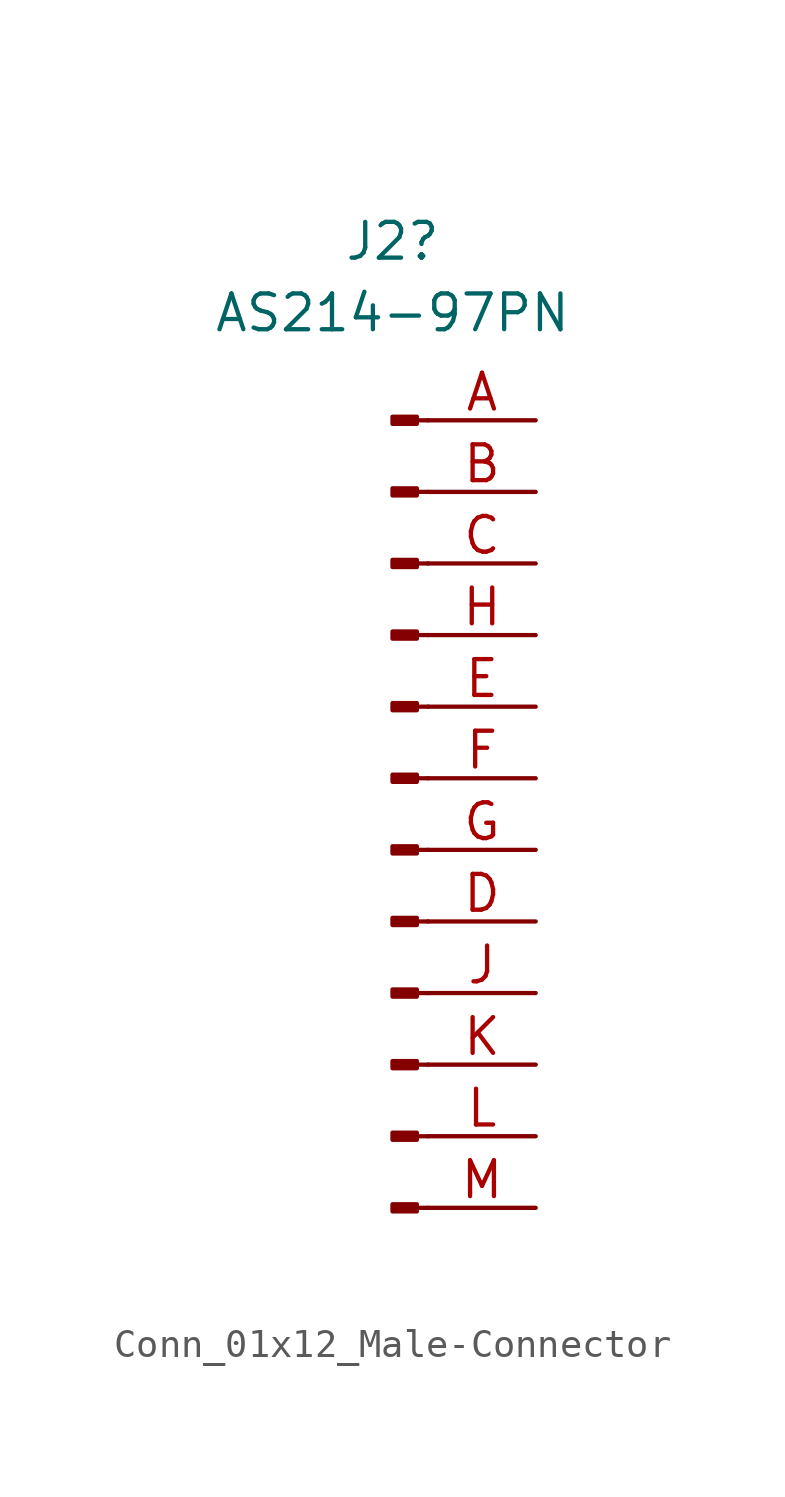
<source format=kicad_sym>
(kicad_symbol_lib
  (version 20231120)
  (generator "kicad_symbol_editor")
  (generator_version "8.0")
  (symbol "Conn_01x12_Male-Connector"
    (pin_names
      (offset 1.016) hide)
    (property "Reference" "J2"
      (at 0 19.05 0)
      (effects (font (size 1.27 1.27))))
    (property "Value" "AS214-97PN"
      (at 0 16.51 0)
      (effects (font (size 1.27 1.27))))
    (symbol "Conn_01x12_Male-Connector_1_1"
      (polyline (pts (xy 1.27 -15.24) (xy 0.864 -15.24)) (stroke (width 0.152) (type solid)) (fill (type none)))
      (polyline (pts (xy 1.27 -12.7) (xy 0.864 -12.7)) (stroke (width 0.152) (type solid)) (fill (type none)))
      (polyline (pts (xy 1.27 -10.16) (xy 0.864 -10.16)) (stroke (width 0.152) (type solid)) (fill (type none)))
      (polyline (pts (xy 1.27 -7.62) (xy 0.864 -7.62)) (stroke (width 0.152) (type solid)) (fill (type none)))
      (polyline (pts (xy 1.27 -5.08) (xy 0.864 -5.08)) (stroke (width 0.152) (type solid)) (fill (type none)))
      (polyline (pts (xy 1.27 -2.54) (xy 0.864 -2.54)) (stroke (width 0.152) (type solid)) (fill (type none)))
      (polyline (pts (xy 1.27 0) (xy 0.864 0)) (stroke (width 0.152) (type solid)) (fill (type none)))
      (polyline (pts (xy 1.27 2.54) (xy 0.864 2.54)) (stroke (width 0.152) (type solid)) (fill (type none)))
      (polyline (pts (xy 1.27 5.08) (xy 0.864 5.08)) (stroke (width 0.152) (type solid)) (fill (type none)))
      (polyline (pts (xy 1.27 7.62) (xy 0.864 7.62)) (stroke (width 0.152) (type solid)) (fill (type none)))
      (polyline (pts (xy 1.27 10.16) (xy 0.864 10.16)) (stroke (width 0.152) (type solid)) (fill (type none)))
      (polyline (pts (xy 1.27 12.7) (xy 0.864 12.7)) (stroke (width 0.152) (type solid)) (fill (type none)))
      (rectangle (start 0.864 -15.113) (end 0 -15.367) (stroke (width 0.152) (type solid)) (fill (type outline)))
      (rectangle (start 0.864 -12.573) (end 0 -12.827) (stroke (width 0.152) (type solid)) (fill (type outline)))
      (rectangle (start 0.864 -10.033) (end 0 -10.287) (stroke (width 0.152) (type solid)) (fill (type outline)))
      (rectangle (start 0.864 -7.493) (end 0 -7.747) (stroke (width 0.152) (type solid)) (fill (type outline)))
      (rectangle (start 0.864 -4.953) (end 0 -5.207) (stroke (width 0.152) (type solid)) (fill (type outline)))
      (rectangle (start 0.864 -2.413) (end 0 -2.667) (stroke (width 0.152) (type solid)) (fill (type outline)))
      (rectangle (start 0.864 0.127) (end 0 -0.127) (stroke (width 0.152) (type solid)) (fill (type outline)))
      (rectangle (start 0.864 2.667) (end 0 2.413) (stroke (width 0.152) (type solid)) (fill (type outline)))
      (rectangle (start 0.864 5.207) (end 0 4.953) (stroke (width 0.152) (type solid)) (fill (type outline)))
      (rectangle (start 0.864 7.747) (end 0 7.493) (stroke (width 0.152) (type solid)) (fill (type outline)))
      (rectangle (start 0.864 10.287) (end 0 10.033) (stroke (width 0.152) (type solid)) (fill (type outline)))
      (rectangle (start 0.864 12.827) (end 0 12.573) (stroke (width 0.152) (type solid)) (fill (type outline)))
      (pin passive line (at 5.08 12.7 180) (length 3.81) (name "A" (effects (font (size 1.27 1.27)))) (number "A" (effects (font (size 1.27 1.27)))))
      (pin passive line (at 5.08 10.16 180) (length 3.81) (name "B" (effects (font (size 1.27 1.27)))) (number "B" (effects (font (size 1.27 1.27)))))
      (pin passive line (at 5.08 7.62 180) (length 3.81) (name "C" (effects (font (size 1.27 1.27)))) (number "C" (effects (font (size 1.27 1.27)))))
      (pin passive line (at 5.08 -5.08 180) (length 3.81) (name "D" (effects (font (size 1.27 1.27)))) (number "D" (effects (font (size 1.27 1.27)))))
      (pin passive line (at 5.08 2.54 180) (length 3.81) (name "E" (effects (font (size 1.27 1.27)))) (number "E" (effects (font (size 1.27 1.27)))))
      (pin passive line (at 5.08 0 180) (length 3.81) (name "F" (effects (font (size 1.27 1.27)))) (number "F" (effects (font (size 1.27 1.27)))))
      (pin passive line (at 5.08 -2.54 180) (length 3.81) (name "G" (effects (font (size 1.27 1.27)))) (number "G" (effects (font (size 1.27 1.27)))))
      (pin passive line (at 5.08 5.08 180) (length 3.81) (name "H" (effects (font (size 1.27 1.27)))) (number "H" (effects (font (size 1.27 1.27)))))
      (pin passive line (at 5.08 -7.62 180) (length 3.81) (name "J" (effects (font (size 1.27 1.27)))) (number "J" (effects (font (size 1.27 1.27)))))
      (pin passive line (at 5.08 -10.16 180) (length 3.81) (name "K" (effects (font (size 1.27 1.27)))) (number "K" (effects (font (size 1.27 1.27)))))
      (pin passive line (at 5.08 -12.7 180) (length 3.81) (name "L" (effects (font (size 1.27 1.27)))) (number "L" (effects (font (size 1.27 1.27)))))
      (pin passive line (at 5.08 -15.24 180) (length 3.81) (name "M" (effects (font (size 1.27 1.27)))) (number "M" (effects (font (size 1.27 1.27))))))))
</source>
